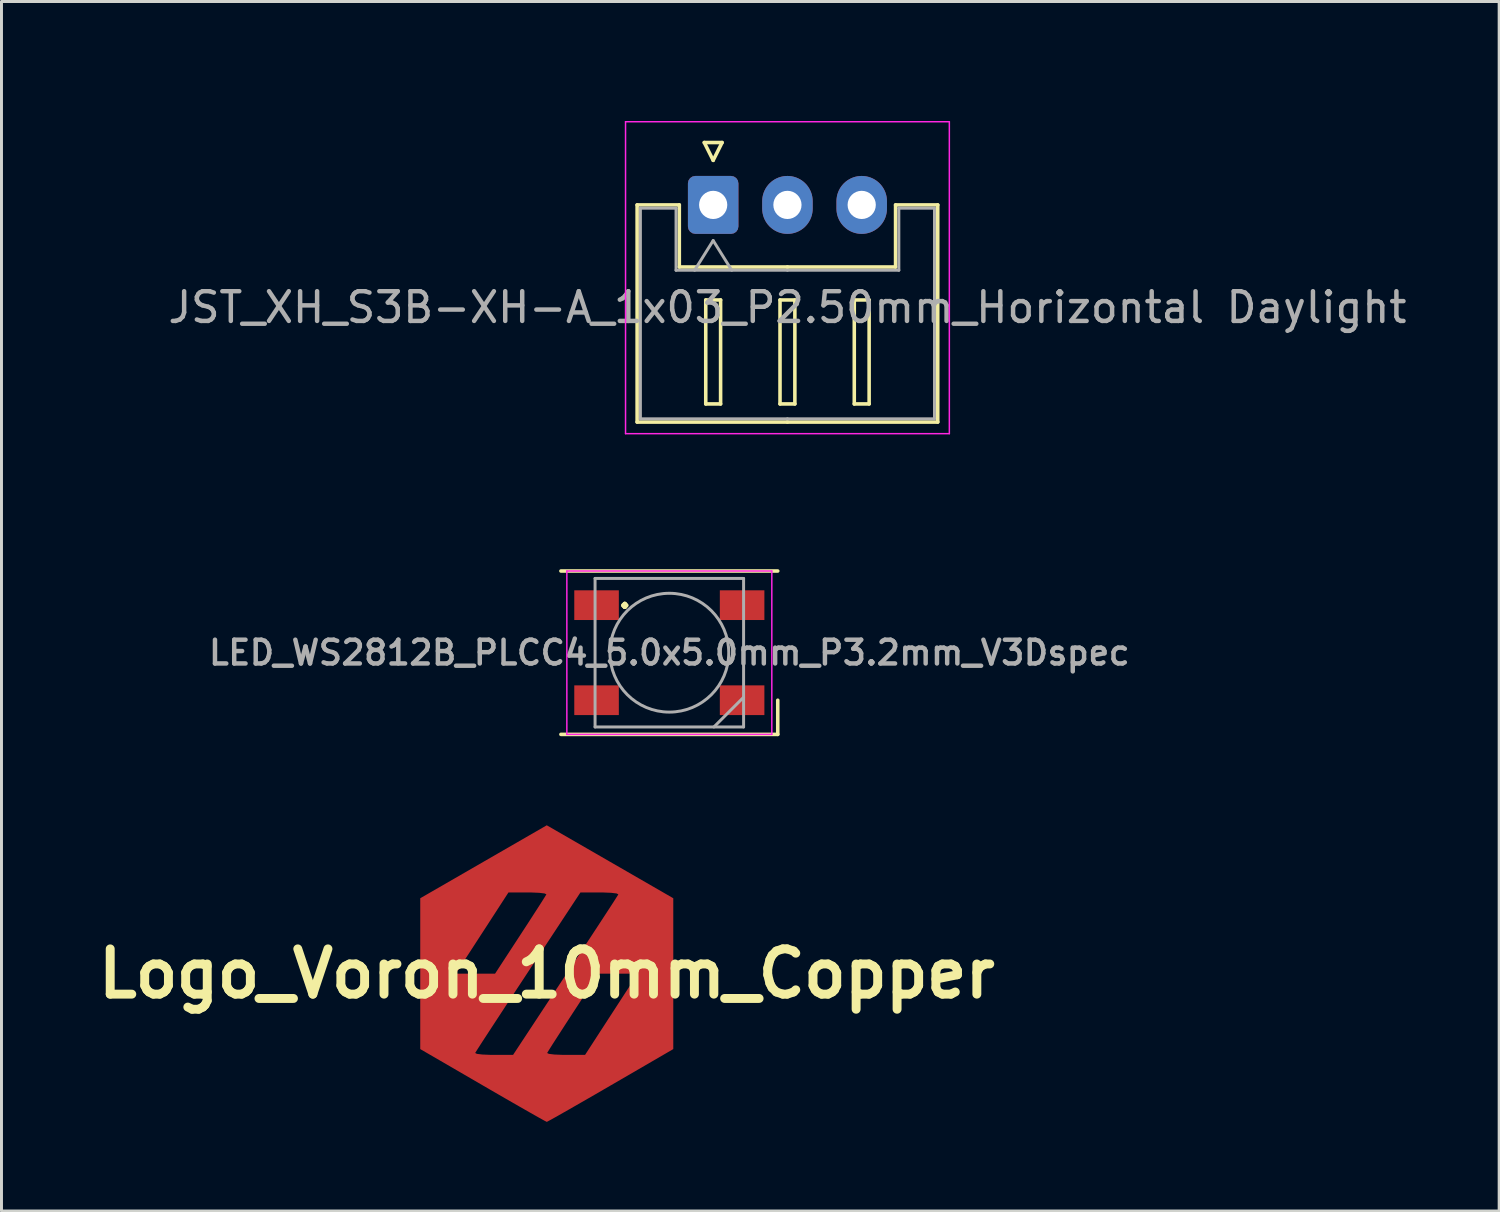
<source format=kicad_pcb>
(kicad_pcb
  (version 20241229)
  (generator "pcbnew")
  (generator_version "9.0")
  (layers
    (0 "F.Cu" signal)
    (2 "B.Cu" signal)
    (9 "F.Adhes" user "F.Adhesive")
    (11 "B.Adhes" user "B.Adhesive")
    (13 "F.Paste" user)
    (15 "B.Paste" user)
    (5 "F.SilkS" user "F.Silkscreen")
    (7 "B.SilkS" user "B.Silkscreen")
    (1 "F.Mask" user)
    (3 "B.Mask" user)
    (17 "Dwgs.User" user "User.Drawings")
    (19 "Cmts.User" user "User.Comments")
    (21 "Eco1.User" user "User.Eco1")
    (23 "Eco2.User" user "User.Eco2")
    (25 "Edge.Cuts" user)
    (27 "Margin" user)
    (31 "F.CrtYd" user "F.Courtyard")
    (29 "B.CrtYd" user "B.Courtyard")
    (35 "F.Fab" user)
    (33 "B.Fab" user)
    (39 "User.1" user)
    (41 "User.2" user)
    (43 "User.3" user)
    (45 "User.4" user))
  (footprint "LED_WS2812B_PLCC4_5.0x5.0mm_P3.2mm_V3Dspec"
    (layer "F.Cu")
    (at 19.482 18.922)
    (property "Reference" "LED_WS2812B_PLCC4_5.0x5.0mm_P3.2mm_V3Dspec" (at 0 -3.5 0) (layer "User.2") (effects (font (size 1 1) (thickness 0.15))))
    (attr smd)
    (fp_line (start -3.65 -2.75) (end 3.65 -2.75) (stroke (width 0.12) (type solid)) (layer "F.SilkS"))
    (fp_line (start -3.65 2.75) (end 3.65 2.75) (stroke (width 0.12) (type solid)) (layer "F.SilkS"))
    (fp_line (start 3.65 2.75) (end 3.65 1.6) (stroke (width 0.12) (type solid)) (layer "F.SilkS"))
    (fp_line (start -3.45 -2.75) (end -3.45 2.75) (stroke (width 0.05) (type solid)) (layer "F.CrtYd"))
    (fp_line (start -3.45 2.75) (end 3.45 2.75) (stroke (width 0.05) (type solid)) (layer "F.CrtYd"))
    (fp_line (start 3.45 -2.75) (end -3.45 -2.75) (stroke (width 0.05) (type solid)) (layer "F.CrtYd"))
    (fp_line (start 3.45 2.75) (end 3.45 -2.75) (stroke (width 0.05) (type solid)) (layer "F.CrtYd"))
    (fp_line (start -2.5 -2.5) (end -2.5 2.5) (stroke (width 0.1) (type solid)) (layer "F.Fab"))
    (fp_line (start -2.5 2.5) (end 2.5 2.5) (stroke (width 0.1) (type solid)) (layer "F.Fab"))
    (fp_line (start 2.5 -2.5) (end -2.5 -2.5) (stroke (width 0.1) (type solid)) (layer "F.Fab"))
    (fp_line (start 2.5 1.5) (end 1.5 2.5) (stroke (width 0.1) (type solid)) (layer "F.Fab"))
    (fp_line (start 2.5 2.5) (end 2.5 -2.5) (stroke (width 0.1) (type solid)) (layer "F.Fab"))
    (fp_circle (center 0 0) (end 0 -2) (stroke (width 0.1) (type solid)) (fill no) (layer "F.Fab"))
    (fp_text user "." (at -1.5 -2 0) (layer "F.SilkS") (effects (font (size 1 1) (thickness 0.15))))
    (fp_text user "${REFERENCE}" (at 0 0 0) (layer "F.Fab") (effects (font (size 0.8 0.8) (thickness 0.15))))
    (pad "1" smd rect (at -2.45 -1.6) (size 1.5 1) (layers "F.Cu" "F.Mask" "F.Paste"))
    (pad "2" smd rect (at -2.45 1.6) (size 1.5 1) (layers "F.Cu" "F.Mask" "F.Paste"))
    (pad "3" smd rect (at 2.45 1.6) (size 1.5 1) (layers "F.Cu" "F.Mask" "F.Paste"))
    (pad "4" smd rect (at 2.45 -1.6) (size 1.5 1) (layers "F.Cu" "F.Mask" "F.Paste")))
  (footprint "JST_XH_S3B-XH-A_1x03_P2.50mm_Horizontal Daylight"
    (layer "F.Cu")
    (at 20.958 3.848)
    (property "Reference" "JST_XH_S3B-XH-A_1x03_P2.50mm_Horizontal Daylight" (at 0 -3 0) (layer "User.2") (effects (font (size 1 1) (thickness 0.15))))
    (attr through_hole)
    (fp_line (start -2.56 0) (end -1.14 0) (stroke (width 0.12) (type solid)) (layer "F.SilkS"))
    (fp_line (start -2.56 7.31) (end -2.56 0) (stroke (width 0.12) (type solid)) (layer "F.SilkS"))
    (fp_line (start -1.14 0) (end -1.14 2.09) (stroke (width 0.12) (type solid)) (layer "F.SilkS"))
    (fp_line (start -1.14 2.09) (end 2.5 2.09) (stroke (width 0.12) (type solid)) (layer "F.SilkS"))
    (fp_line (start -0.3 -2.1) (end 0.3 -2.1) (stroke (width 0.12) (type solid)) (layer "F.SilkS"))
    (fp_line (start -0.25 3.2) (end -0.25 6.7) (stroke (width 0.12) (type solid)) (layer "F.SilkS"))
    (fp_line (start -0.25 6.7) (end 0.25 6.7) (stroke (width 0.12) (type solid)) (layer "F.SilkS"))
    (fp_line (start 0 -1.5) (end -0.3 -2.1) (stroke (width 0.12) (type solid)) (layer "F.SilkS"))
    (fp_line (start 0.25 3.2) (end -0.25 3.2) (stroke (width 0.12) (type solid)) (layer "F.SilkS"))
    (fp_line (start 0.25 6.7) (end 0.25 3.2) (stroke (width 0.12) (type solid)) (layer "F.SilkS"))
    (fp_line (start 0.3 -2.1) (end 0 -1.5) (stroke (width 0.12) (type solid)) (layer "F.SilkS"))
    (fp_line (start 2.25 3.2) (end 2.25 6.7) (stroke (width 0.12) (type solid)) (layer "F.SilkS"))
    (fp_line (start 2.25 6.7) (end 2.75 6.7) (stroke (width 0.12) (type solid)) (layer "F.SilkS"))
    (fp_line (start 2.5 7.31) (end -2.56 7.31) (stroke (width 0.12) (type solid)) (layer "F.SilkS"))
    (fp_line (start 2.5 7.31) (end 7.56 7.31) (stroke (width 0.12) (type solid)) (layer "F.SilkS"))
    (fp_line (start 2.75 3.2) (end 2.25 3.2) (stroke (width 0.12) (type solid)) (layer "F.SilkS"))
    (fp_line (start 2.75 6.7) (end 2.75 3.2) (stroke (width 0.12) (type solid)) (layer "F.SilkS"))
    (fp_line (start 4.75 3.2) (end 4.75 6.7) (stroke (width 0.12) (type solid)) (layer "F.SilkS"))
    (fp_line (start 4.75 6.7) (end 5.25 6.7) (stroke (width 0.12) (type solid)) (layer "F.SilkS"))
    (fp_line (start 5.25 3.2) (end 4.75 3.2) (stroke (width 0.12) (type solid)) (layer "F.SilkS"))
    (fp_line (start 5.25 6.7) (end 5.25 3.2) (stroke (width 0.12) (type solid)) (layer "F.SilkS"))
    (fp_line (start 6.14 0) (end 6.14 2.09) (stroke (width 0.12) (type solid)) (layer "F.SilkS"))
    (fp_line (start 6.14 2.09) (end 2.5 2.09) (stroke (width 0.12) (type solid)) (layer "F.SilkS"))
    (fp_line (start 7.56 0) (end 6.14 0) (stroke (width 0.12) (type solid)) (layer "F.SilkS"))
    (fp_line (start 7.56 7.31) (end 7.56 0) (stroke (width 0.12) (type solid)) (layer "F.SilkS"))
    (fp_line (start -2.95 -2.8) (end -2.95 7.7) (stroke (width 0.05) (type solid)) (layer "F.CrtYd"))
    (fp_line (start -2.95 7.7) (end 7.95 7.7) (stroke (width 0.05) (type solid)) (layer "F.CrtYd"))
    (fp_line (start 7.95 -2.8) (end -2.95 -2.8) (stroke (width 0.05) (type solid)) (layer "F.CrtYd"))
    (fp_line (start 7.95 7.7) (end 7.95 -2.8) (stroke (width 0.05) (type solid)) (layer "F.CrtYd"))
    (fp_line (start -2.45 0.11) (end -1.25 0.11) (stroke (width 0.1) (type solid)) (layer "F.Fab"))
    (fp_line (start -2.45 7.2) (end -2.45 0.11) (stroke (width 0.1) (type solid)) (layer "F.Fab"))
    (fp_line (start -1.25 0.11) (end -1.25 2.2) (stroke (width 0.1) (type solid)) (layer "F.Fab"))
    (fp_line (start -1.25 2.2) (end 2.5 2.2) (stroke (width 0.1) (type solid)) (layer "F.Fab"))
    (fp_line (start -0.625 2.2) (end 0 1.2) (stroke (width 0.1) (type solid)) (layer "F.Fab"))
    (fp_line (start 0 1.2) (end 0.625 2.2) (stroke (width 0.1) (type solid)) (layer "F.Fab"))
    (fp_line (start 2.5 7.2) (end -2.45 7.2) (stroke (width 0.1) (type solid)) (layer "F.Fab"))
    (fp_line (start 2.5 7.2) (end 7.45 7.2) (stroke (width 0.1) (type solid)) (layer "F.Fab"))
    (fp_line (start 6.25 0.11) (end 6.25 2.2) (stroke (width 0.1) (type solid)) (layer "F.Fab"))
    (fp_line (start 6.25 2.2) (end 2.5 2.2) (stroke (width 0.1) (type solid)) (layer "F.Fab"))
    (fp_line (start 7.45 0.11) (end 6.25 0.11) (stroke (width 0.1) (type solid)) (layer "F.Fab"))
    (fp_line (start 7.45 7.2) (end 7.45 0.11) (stroke (width 0.1) (type solid)) (layer "F.Fab"))
    (fp_text user "${REFERENCE}" (at 2.5 3.45 0) (layer "F.Fab") (effects (font (size 1 1) (thickness 0.15))))
    (pad "1" thru_hole roundrect (at 0 0) (size 1.7 1.95) (drill 0.95) (layers "*.Cu" "*.Mask") (roundrect_rratio 0.147))
    (pad "2" thru_hole oval (at 2.5 0) (size 1.7 1.95) (drill 0.95) (layers "*.Cu" "*.Mask"))
    (pad "3" thru_hole oval (at 5 0) (size 1.7 1.95) (drill 0.95) (layers "*.Cu" "*.Mask")))
  (footprint "Logo_Voron_10mm_Copper"
    (layer "F.Cu")
    (at 15.356 29.727)
    (property "Reference" "Logo_Voron_10mm_Copper" (at 0 0 0) (layer "F.SilkS") (effects (font (size 1.524 1.524) (thickness 0.3))))
    (attr board_only exclude_from_pos_files exclude_from_bom)
    (fp_poly (pts (xy 2.13 -3.767) (xy 4.259 -2.539) (xy 4.259 2.539) (xy 2.149 3.764) (xy 1.629 4.066) (xy 1.152 4.34) (xy 0.737 4.578) (xy 0.398 4.771) (xy 0.154 4.908) (xy 0.02 4.98) (xy 0 4.989) (xy -0.075 4.951) (xy -0.268 4.844) (xy -0.563 4.677) (xy -0.943 4.46) (xy -1.392 4.202) (xy -1.894 3.912) (xy -2.149 3.764) (xy -4.033 2.67) (xy -2.41 2.67) (xy -2.35 2.7) (xy -2.168 2.722) (xy -1.899 2.733) (xy -1.785 2.734) (xy -1.133 2.733) (xy -1.093 2.671) (xy 0.013 2.671) (xy 0.073 2.7) (xy 0.254 2.722) (xy 0.523 2.733) (xy 0.638 2.734) (xy 1.29 2.733) (xy 2.032 1.588) (xy 2.286 1.197) (xy 2.52 0.836) (xy 2.717 0.533) (xy 2.859 0.314) (xy 2.919 0.221) (xy 3.063 0) (xy 1.741 0) (xy 0.89 1.304) (xy 0.628 1.706) (xy 0.397 2.064) (xy 0.208 2.357) (xy 0.077 2.565) (xy 0.015 2.666) (xy 0.013 2.671) (xy -1.093 2.671) (xy 0.625 0.064) (xy 1.006 -0.515) (xy 1.36 -1.053) (xy 1.677 -1.538) (xy 1.949 -1.954) (xy 2.167 -2.288) (xy 2.32 -2.526) (xy 2.4 -2.653) (xy 2.41 -2.67) (xy 2.35 -2.7) (xy 2.168 -2.722) (xy 1.899 -2.733) (xy 1.785 -2.734) (xy 1.133 -2.733) (xy -0.625 -0.064) (xy -1.006 0.515) (xy -1.36 1.053) (xy -1.677 1.538) (xy -1.949 1.954) (xy -2.167 2.288) (xy -2.32 2.526) (xy -2.4 2.653) (xy -2.41 2.67) (xy -4.033 2.67) (xy -4.259 2.539) (xy -4.259 0) (xy -3.063 0) (xy -1.741 0) (xy -0.89 -1.304) (xy -0.628 -1.706) (xy -0.397 -2.064) (xy -0.208 -2.357) (xy -0.077 -2.565) (xy -0.015 -2.666) (xy -0.013 -2.671) (xy -0.073 -2.7) (xy -0.254 -2.722) (xy -0.523 -2.733) (xy -0.638 -2.734) (xy -1.29 -2.733) (xy -2.032 -1.588) (xy -2.286 -1.197) (xy -2.52 -0.836) (xy -2.717 -0.533) (xy -2.859 -0.314) (xy -2.919 -0.221) (xy -3.063 0) (xy -4.259 0) (xy -4.259 -2.539) (xy -2.13 -3.767) (xy 0 -4.995)) (stroke (width 0) (type solid)) (fill yes) (layer "F.Cu")))
  (gr_rect
    (start -3 -3)
    (end 47.417 37.716)
    (stroke (width 0.1) (type default))
    (fill no)
    (layer "Edge.Cuts")))
</source>
